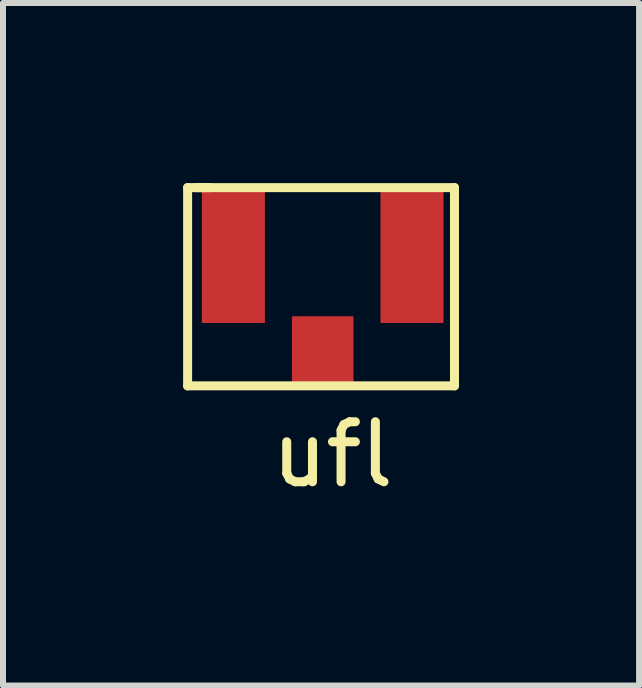
<source format=kicad_pcb>
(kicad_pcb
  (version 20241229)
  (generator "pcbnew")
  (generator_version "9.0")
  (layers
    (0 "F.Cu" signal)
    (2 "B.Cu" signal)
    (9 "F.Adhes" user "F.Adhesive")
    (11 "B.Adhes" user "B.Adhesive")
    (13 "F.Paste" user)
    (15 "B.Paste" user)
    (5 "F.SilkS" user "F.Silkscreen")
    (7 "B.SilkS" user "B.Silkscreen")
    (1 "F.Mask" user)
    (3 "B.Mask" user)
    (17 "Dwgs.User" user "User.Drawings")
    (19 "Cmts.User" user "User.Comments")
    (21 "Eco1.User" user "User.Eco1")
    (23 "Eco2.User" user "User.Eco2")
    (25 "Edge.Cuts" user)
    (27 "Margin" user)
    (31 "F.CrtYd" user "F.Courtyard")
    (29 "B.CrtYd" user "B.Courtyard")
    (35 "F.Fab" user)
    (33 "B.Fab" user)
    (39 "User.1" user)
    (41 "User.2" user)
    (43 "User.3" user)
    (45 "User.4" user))
  (footprint "ufl"
    (layer "F.Cu")
    (at 0.837 1.218)
    (property "Reference" "ufl" (at 1.651 3.302 0) (layer "F.SilkS") (effects (font (size 1 1) (thickness 0.15))))
    (attr through_hole)
    (fp_line (start -0.762 -1.143) (end -0.508 -1.143) (stroke (width 0.15) (type solid)) (layer "F.SilkS"))
    (fp_line (start -0.762 2.159) (end -0.762 -1.143) (stroke (width 0.15) (type solid)) (layer "F.SilkS"))
    (fp_line (start -0.635 -1.143) (end 3.683 -1.143) (stroke (width 0.15) (type solid)) (layer "F.SilkS"))
    (fp_line (start -0.508 -1.143) (end -0.381 -1.143) (stroke (width 0.15) (type solid)) (layer "F.SilkS"))
    (fp_line (start 3.683 -1.143) (end 3.683 2.159) (stroke (width 0.15) (type solid)) (layer "F.SilkS"))
    (fp_line (start 3.683 2.159) (end -0.762 2.159) (stroke (width 0.15) (type solid)) (layer "F.SilkS"))
    (pad "" smd rect (at 0 0) (size 1.05 2.225) (layers "F.Cu" "F.Mask" "F.Paste"))
    (pad "" smd rect (at 2.975 0) (size 1.05 2.225) (layers "F.Cu" "F.Mask" "F.Paste"))
    (pad "1" smd rect (at 1.488 1.6) (size 1.025 1.2) (layers "F.Cu" "F.Mask" "F.Paste")))
  (gr_rect
    (start -3 -3)
    (end 7.595 8.368)
    (stroke (width 0.1) (type default))
    (fill no)
    (layer "Edge.Cuts")))
</source>
